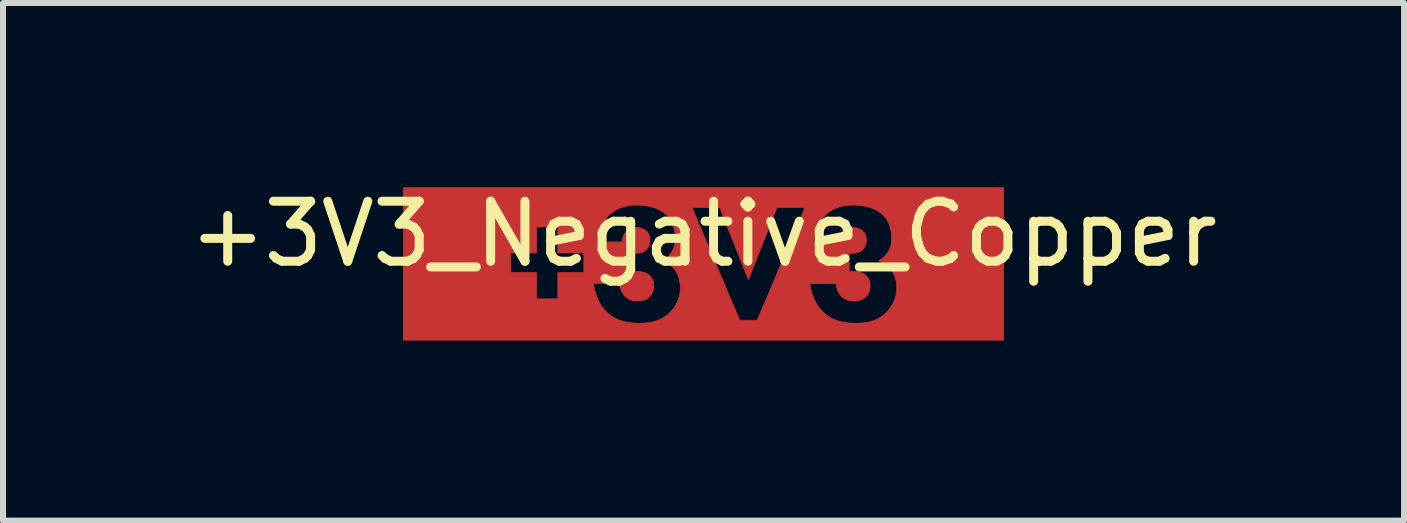
<source format=kicad_pcb>
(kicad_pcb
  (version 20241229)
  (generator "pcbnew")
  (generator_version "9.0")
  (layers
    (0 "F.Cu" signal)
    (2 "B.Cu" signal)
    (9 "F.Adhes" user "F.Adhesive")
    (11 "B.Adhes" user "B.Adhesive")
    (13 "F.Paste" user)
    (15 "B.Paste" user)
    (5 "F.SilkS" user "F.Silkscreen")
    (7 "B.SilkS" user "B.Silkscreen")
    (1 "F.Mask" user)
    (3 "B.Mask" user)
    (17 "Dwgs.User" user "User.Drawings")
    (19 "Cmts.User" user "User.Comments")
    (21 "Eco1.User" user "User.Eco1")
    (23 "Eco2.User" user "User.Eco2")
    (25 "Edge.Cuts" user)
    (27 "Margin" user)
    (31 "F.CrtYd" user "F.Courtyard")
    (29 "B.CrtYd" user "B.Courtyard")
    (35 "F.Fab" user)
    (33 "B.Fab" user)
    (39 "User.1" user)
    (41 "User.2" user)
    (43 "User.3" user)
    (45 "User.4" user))
  (footprint "+3V3_Negative_Copper"
    (layer "F.Cu")
    (at 8.673 1.348)
    (property "Reference" "+3V3_Negative_Copper" (at 0 -0.5 0) (unlocked yes) (layer "F.SilkS") (effects (font (size 1 1) (thickness 0.15))))
    (fp_poly (pts (xy 5.001 1.27) (xy -5 1.27) (xy -5 -0.183) (xy -3.218 -0.183) (xy -3.218 -0.183) (xy -3.218 0.145) (xy -2.785 0.145) (xy -2.785 0.582) (xy -2.428 0.582) (xy -2.428 0.328) (xy -1.832 0.328) (xy -1.828 0.364) (xy -1.822 0.398) (xy -1.815 0.432) (xy -1.807 0.466) (xy -1.797 0.498) (xy -1.786 0.53) (xy -1.774 0.561) (xy -1.761 0.591) (xy -1.747 0.62) (xy -1.732 0.649) (xy -1.716 0.676) (xy -1.699 0.702) (xy -1.681 0.726) (xy -1.663 0.75) (xy -1.644 0.773) (xy -1.624 0.794) (xy -1.592 0.823) (xy -1.56 0.85) (xy -1.527 0.873) (xy -1.494 0.894) (xy -1.46 0.912) (xy -1.425 0.928) (xy -1.39 0.942) (xy -1.355 0.953) (xy -1.32 0.962) (xy -1.285 0.97) (xy -1.249 0.976) (xy -1.214 0.981) (xy -1.178 0.984) (xy -1.143 0.986) (xy -1.108 0.987) (xy -1.074 0.988) (xy -1.015 0.987) (xy -0.985 0.985) (xy -0.955 0.983) (xy -0.924 0.98) (xy -0.892 0.975) (xy -0.861 0.97) (xy -0.829 0.962) (xy -0.797 0.953) (xy -0.765 0.942) (xy -0.733 0.929) (xy -0.701 0.913) (xy -0.669 0.895) (xy -0.638 0.875) (xy -0.607 0.852) (xy -0.576 0.826) (xy -0.552 0.802) (xy -0.529 0.777) (xy -0.509 0.752) (xy -0.49 0.727) (xy -0.473 0.7) (xy -0.457 0.673) (xy -0.443 0.646) (xy -0.431 0.618) (xy -0.42 0.59) (xy -0.411 0.562) (xy -0.403 0.534) (xy -0.397 0.506) (xy -0.392 0.478) (xy -0.388 0.45) (xy -0.386 0.422) (xy -0.386 0.395) (xy -0.386 0.376) (xy -0.387 0.356) (xy -0.389 0.336) (xy -0.392 0.317) (xy -0.395 0.297) (xy -0.399 0.277) (xy -0.403 0.257) (xy -0.409 0.238) (xy -0.415 0.218) (xy -0.421 0.2) (xy -0.428 0.181) (xy -0.436 0.163) (xy -0.445 0.146) (xy -0.454 0.13) (xy -0.464 0.114) (xy -0.474 0.099) (xy -0.484 0.086) (xy -0.495 0.073) (xy -0.507 0.061) (xy -0.519 0.049) (xy -0.532 0.038) (xy -0.545 0.027) (xy -0.558 0.017) (xy -0.572 0.007) (xy -0.586 -0.002) (xy -0.601 -0.011) (xy -0.615 -0.019) (xy -0.63 -0.027) (xy -0.645 -0.034) (xy -0.66 -0.041) (xy -0.674 -0.047) (xy -0.689 -0.053) (xy -0.679 -0.058) (xy -0.669 -0.064) (xy -0.66 -0.07) (xy -0.65 -0.076) (xy -0.641 -0.082) (xy -0.631 -0.088) (xy -0.622 -0.095) (xy -0.613 -0.102) (xy -0.604 -0.11) (xy -0.596 -0.118) (xy -0.587 -0.126) (xy -0.579 -0.134) (xy -0.571 -0.143) (xy -0.563 -0.153) (xy -0.555 -0.163) (xy -0.548 -0.173) (xy -0.537 -0.188) (xy -0.527 -0.203) (xy -0.519 -0.219) (xy -0.511 -0.234) (xy -0.503 -0.25) (xy -0.497 -0.266) (xy -0.491 -0.282) (xy -0.487 -0.298) (xy -0.483 -0.314) (xy -0.479 -0.33) (xy -0.476 -0.346) (xy -0.474 -0.363) (xy -0.472 -0.38) (xy -0.471 -0.396) (xy -0.471 -0.413) (xy -0.47 -0.43) (xy -0.471 -0.464) (xy -0.473 -0.496) (xy -0.477 -0.527) (xy -0.482 -0.557) (xy -0.488 -0.585) (xy -0.496 -0.612) (xy -0.504 -0.638) (xy -0.514 -0.662) (xy -0.524 -0.686) (xy -0.535 -0.708) (xy -0.547 -0.728) (xy -0.56 -0.748) (xy -0.573 -0.766) (xy -0.586 -0.784) (xy -0.601 -0.8) (xy -0.615 -0.815) (xy -0.634 -0.832) (xy -0.654 -0.849) (xy -0.676 -0.866) (xy -0.7 -0.881) (xy -0.725 -0.896) (xy -0.752 -0.909) (xy -0.78 -0.922) (xy -0.81 -0.934) (xy -0.836 -0.942) (xy -0.195 -0.942) (xy 0.602 0.938) (xy 0.895 0.938) (xy 1.154 0.328) (xy 1.773 0.328) (xy 1.777 0.364) (xy 1.783 0.398) (xy 1.79 0.432) (xy 1.798 0.466) (xy 1.808 0.498) (xy 1.819 0.53) (xy 1.831 0.561) (xy 1.844 0.591) (xy 1.859 0.62) (xy 1.874 0.649) (xy 1.89 0.676) (xy 1.907 0.702) (xy 1.924 0.726) (xy 1.943 0.75) (xy 1.962 0.773) (xy 1.981 0.794) (xy 2.013 0.823) (xy 2.045 0.85) (xy 2.078 0.873) (xy 2.112 0.894) (xy 2.146 0.912) (xy 2.18 0.928) (xy 2.215 0.942) (xy 2.25 0.953) (xy 2.285 0.962) (xy 2.321 0.97) (xy 2.356 0.976) (xy 2.392 0.981) (xy 2.427 0.984) (xy 2.462 0.986) (xy 2.497 0.987) (xy 2.532 0.988) (xy 2.59 0.987) (xy 2.62 0.985) (xy 2.651 0.983) (xy 2.682 0.98) (xy 2.713 0.975) (xy 2.745 0.97) (xy 2.777 0.962) (xy 2.809 0.953) (xy 2.841 0.942) (xy 2.872 0.929) (xy 2.904 0.913) (xy 2.936 0.895) (xy 2.967 0.875) (xy 2.999 0.852) (xy 3.029 0.826) (xy 3.053 0.802) (xy 3.076 0.777) (xy 3.097 0.752) (xy 3.116 0.727) (xy 3.133 0.7) (xy 3.148 0.673) (xy 3.162 0.646) (xy 3.175 0.618) (xy 3.186 0.59) (xy 3.195 0.562) (xy 3.203 0.534) (xy 3.209 0.506) (xy 3.214 0.478) (xy 3.217 0.45) (xy 3.219 0.422) (xy 3.22 0.395) (xy 3.219 0.376) (xy 3.218 0.356) (xy 3.216 0.336) (xy 3.214 0.317) (xy 3.211 0.297) (xy 3.207 0.277) (xy 3.202 0.257) (xy 3.197 0.238) (xy 3.191 0.218) (xy 3.184 0.2) (xy 3.177 0.181) (xy 3.169 0.163) (xy 3.161 0.146) (xy 3.152 0.13) (xy 3.142 0.114) (xy 3.132 0.099) (xy 3.121 0.086) (xy 3.11 0.073) (xy 3.099 0.061) (xy 3.086 0.049) (xy 3.074 0.038) (xy 3.061 0.027) (xy 3.047 0.017) (xy 3.033 0.007) (xy 3.019 -0.002) (xy 3.005 -0.011) (xy 2.99 -0.019) (xy 2.975 -0.027) (xy 2.96 -0.034) (xy 2.946 -0.041) (xy 2.931 -0.047) (xy 2.916 -0.053) (xy 2.926 -0.058) (xy 2.936 -0.064) (xy 2.946 -0.07) (xy 2.955 -0.076) (xy 2.965 -0.082) (xy 2.974 -0.088) (xy 2.983 -0.095) (xy 2.992 -0.102) (xy 3.001 -0.11) (xy 3.01 -0.118) (xy 3.018 -0.126) (xy 3.026 -0.134) (xy 3.035 -0.143) (xy 3.042 -0.153) (xy 3.05 -0.163) (xy 3.057 -0.173) (xy 3.068 -0.188) (xy 3.078 -0.203) (xy 3.087 -0.219) (xy 3.095 -0.234) (xy 3.102 -0.25) (xy 3.108 -0.266) (xy 3.114 -0.282) (xy 3.119 -0.298) (xy 3.123 -0.314) (xy 3.126 -0.33) (xy 3.129 -0.346) (xy 3.131 -0.363) (xy 3.133 -0.38) (xy 3.134 -0.396) (xy 3.135 -0.413) (xy 3.135 -0.43) (xy 3.134 -0.464) (xy 3.132 -0.496) (xy 3.128 -0.527) (xy 3.123 -0.557) (xy 3.117 -0.585) (xy 3.11 -0.612) (xy 3.101 -0.638) (xy 3.092 -0.662) (xy 3.081 -0.686) (xy 3.07 -0.708) (xy 3.058 -0.728) (xy 3.046 -0.748) (xy 3.033 -0.766) (xy 3.019 -0.784) (xy 3.005 -0.8) (xy 2.99 -0.815) (xy 2.972 -0.832) (xy 2.951 -0.849) (xy 2.929 -0.866) (xy 2.906 -0.881) (xy 2.881 -0.896) (xy 2.854 -0.909) (xy 2.825 -0.922) (xy 2.795 -0.934) (xy 2.763 -0.944) (xy 2.73 -0.953) (xy 2.695 -0.961) (xy 2.659 -0.968) (xy 2.62 -0.974) (xy 2.581 -0.978) (xy 2.539 -0.98) (xy 2.497 -0.981) (xy 2.467 -0.98) (xy 2.437 -0.979) (xy 2.407 -0.977) (xy 2.376 -0.974) (xy 2.345 -0.969) (xy 2.314 -0.963) (xy 2.283 -0.956) (xy 2.252 -0.947) (xy 2.221 -0.936) (xy 2.19 -0.924) (xy 2.16 -0.909) (xy 2.131 -0.893) (xy 2.102 -0.874) (xy 2.074 -0.853) (xy 2.047 -0.83) (xy 2.02 -0.804) (xy 2.002 -0.784) (xy 1.985 -0.763) (xy 1.968 -0.741) (xy 1.952 -0.717) (xy 1.937 -0.692) (xy 1.922 -0.666) (xy 1.909 -0.64) (xy 1.896 -0.612) (xy 1.885 -0.584) (xy 1.874 -0.555) (xy 1.865 -0.526) (xy 1.856 -0.497) (xy 1.849 -0.467) (xy 1.842 -0.437) (xy 1.837 -0.407) (xy 1.833 -0.377) (xy 1.833 -0.367) (xy 2.25 -0.367) (xy 2.25 -0.378) (xy 2.252 -0.39) (xy 2.254 -0.402) (xy 2.256 -0.414) (xy 2.259 -0.426) (xy 2.262 -0.438) (xy 2.266 -0.45) (xy 2.27 -0.462) (xy 2.274 -0.473) (xy 2.279 -0.485) (xy 2.285 -0.496) (xy 2.29 -0.506) (xy 2.296 -0.516) (xy 2.303 -0.526) (xy 2.31 -0.535) (xy 2.317 -0.543) (xy 2.324 -0.55) (xy 2.331 -0.557) (xy 2.339 -0.564) (xy 2.348 -0.57) (xy 2.357 -0.575) (xy 2.367 -0.58) (xy 2.377 -0.585) (xy 2.388 -0.59) (xy 2.399 -0.593) (xy 2.411 -0.597) (xy 2.423 -0.6) (xy 2.435 -0.602) (xy 2.447 -0.604) (xy 2.46 -0.606) (xy 2.473 -0.606) (xy 2.486 -0.607) (xy 2.499 -0.606) (xy 2.512 -0.606) (xy 2.524 -0.604) (xy 2.536 -0.602) (xy 2.548 -0.6) (xy 2.559 -0.597) (xy 2.57 -0.594) (xy 2.58 -0.59) (xy 2.59 -0.586) (xy 2.6 -0.582) (xy 2.609 -0.577) (xy 2.618 -0.573) (xy 2.626 -0.567) (xy 2.634 -0.562) (xy 2.641 -0.556) (xy 2.648 -0.55) (xy 2.655 -0.544) (xy 2.662 -0.537) (xy 2.668 -0.53) (xy 2.675 -0.522) (xy 2.68 -0.514) (xy 2.685 -0.505) (xy 2.69 -0.496) (xy 2.695 -0.486) (xy 2.698 -0.476) (xy 2.702 -0.466) (xy 2.705 -0.456) (xy 2.707 -0.445) (xy 2.709 -0.433) (xy 2.711 -0.422) (xy 2.711 -0.41) (xy 2.712 -0.399) (xy 2.712 -0.391) (xy 2.711 -0.384) (xy 2.71 -0.371) (xy 2.709 -0.357) (xy 2.706 -0.344) (xy 2.703 -0.332) (xy 2.7 -0.32) (xy 2.696 -0.309) (xy 2.691 -0.298) (xy 2.686 -0.288) (xy 2.681 -0.278) (xy 2.675 -0.269) (xy 2.669 -0.26) (xy 2.662 -0.251) (xy 2.655 -0.244) (xy 2.648 -0.236) (xy 2.641 -0.229) (xy 2.635 -0.224) (xy 2.629 -0.22) (xy 2.622 -0.216) (xy 2.616 -0.212) (xy 2.609 -0.208) (xy 2.602 -0.205) (xy 2.588 -0.199) (xy 2.574 -0.194) (xy 2.559 -0.189) (xy 2.545 -0.186) (xy 2.531 -0.183) (xy 2.518 -0.181) (xy 2.505 -0.179) (xy 2.493 -0.178) (xy 2.482 -0.177) (xy 2.463 -0.176) (xy 2.451 -0.176) (xy 2.426 -0.176) (xy 2.426 0.123) (xy 2.461 0.123) (xy 2.488 0.124) (xy 2.516 0.125) (xy 2.531 0.127) (xy 2.547 0.128) (xy 2.562 0.131) (xy 2.578 0.134) (xy 2.593 0.137) (xy 2.609 0.141) (xy 2.624 0.146) (xy 2.639 0.152) (xy 2.653 0.158) (xy 2.668 0.166) (xy 2.681 0.174) (xy 2.694 0.183) (xy 2.703 0.19) (xy 2.711 0.198) (xy 2.719 0.207) (xy 2.726 0.216) (xy 2.733 0.226) (xy 2.74 0.236) (xy 2.746 0.247) (xy 2.752 0.259) (xy 2.757 0.271) (xy 2.762 0.283) (xy 2.766 0.296) (xy 2.769 0.309) (xy 2.772 0.322) (xy 2.774 0.336) (xy 2.775 0.35) (xy 2.775 0.363) (xy 2.775 0.377) (xy 2.774 0.391) (xy 2.772 0.405) (xy 2.77 0.418) (xy 2.766 0.432) (xy 2.763 0.445) (xy 2.758 0.458) (xy 2.754 0.471) (xy 2.748 0.483) (xy 2.742 0.495) (xy 2.736 0.506) (xy 2.729 0.517) (xy 2.722 0.527) (xy 2.714 0.537) (xy 2.706 0.546) (xy 2.698 0.554) (xy 2.689 0.562) (xy 2.679 0.569) (xy 2.669 0.575) (xy 2.659 0.582) (xy 2.648 0.587) (xy 2.637 0.593) (xy 2.625 0.597) (xy 2.613 0.601) (xy 2.601 0.605) (xy 2.588 0.608) (xy 2.575 0.611) (xy 2.562 0.613) (xy 2.548 0.615) (xy 2.535 0.616) (xy 2.521 0.617) (xy 2.507 0.617) (xy 2.491 0.617) (xy 2.475 0.616) (xy 2.459 0.614) (xy 2.444 0.612) (xy 2.429 0.609) (xy 2.415 0.605) (xy 2.401 0.601) (xy 2.387 0.596) (xy 2.374 0.59) (xy 2.362 0.584) (xy 2.35 0.578) (xy 2.338 0.571) (xy 2.328 0.564) (xy 2.317 0.556) (xy 2.308 0.548) (xy 2.299 0.54) (xy 2.289 0.53) (xy 2.28 0.52) (xy 2.271 0.508) (xy 2.263 0.496) (xy 2.256 0.484) (xy 2.249 0.471) (xy 2.242 0.457) (xy 2.236 0.443) (xy 2.23 0.429) (xy 2.225 0.415) (xy 2.221 0.4) (xy 2.217 0.385) (xy 2.214 0.371) (xy 2.211 0.356) (xy 2.209 0.342) (xy 2.207 0.328) (xy 1.773 0.328) (xy 1.154 0.328) (xy 1.692 -0.942) (xy 1.223 -0.942) (xy 0.747 0.261) (xy 0.27 -0.942) (xy -0.195 -0.942) (xy -0.836 -0.942) (xy -0.842 -0.944) (xy -0.875 -0.953) (xy -0.91 -0.961) (xy -0.947 -0.968) (xy -0.985 -0.974) (xy -1.025 -0.978) (xy -1.066 -0.98) (xy -1.109 -0.981) (xy -1.138 -0.98) (xy -1.168 -0.979) (xy -1.199 -0.977) (xy -1.229 -0.974) (xy -1.26 -0.969) (xy -1.291 -0.963) (xy -1.323 -0.956) (xy -1.354 -0.947) (xy -1.384 -0.936) (xy -1.415 -0.924) (xy -1.445 -0.909) (xy -1.474 -0.893) (xy -1.503 -0.874) (xy -1.532 -0.853) (xy -1.559 -0.83) (xy -1.585 -0.804) (xy -1.603 -0.784) (xy -1.621 -0.763) (xy -1.638 -0.741) (xy -1.654 -0.717) (xy -1.669 -0.692) (xy -1.683 -0.666) (xy -1.696 -0.64) (xy -1.709 -0.612) (xy -1.721 -0.584) (xy -1.731 -0.555) (xy -1.741 -0.526) (xy -1.749 -0.497) (xy -1.757 -0.467) (xy -1.763 -0.437) (xy -1.768 -0.407) (xy -1.772 -0.377) (xy -1.772 -0.367) (xy -1.356 -0.367) (xy -1.355 -0.378) (xy -1.354 -0.39) (xy -1.352 -0.402) (xy -1.349 -0.414) (xy -1.347 -0.426) (xy -1.343 -0.438) (xy -1.34 -0.45) (xy -1.336 -0.462) (xy -1.331 -0.473) (xy -1.326 -0.485) (xy -1.321 -0.496) (xy -1.315 -0.506) (xy -1.309 -0.516) (xy -1.303 -0.526) (xy -1.296 -0.535) (xy -1.289 -0.543) (xy -1.282 -0.55) (xy -1.274 -0.557) (xy -1.266 -0.564) (xy -1.257 -0.57) (xy -1.248 -0.575) (xy -1.238 -0.58) (xy -1.228 -0.585) (xy -1.217 -0.59) (xy -1.206 -0.593) (xy -1.195 -0.597) (xy -1.183 -0.6) (xy -1.171 -0.602) (xy -1.158 -0.604) (xy -1.146 -0.606) (xy -1.133 -0.606) (xy -1.119 -0.607) (xy -1.106 -0.606) (xy -1.094 -0.606) (xy -1.081 -0.604) (xy -1.069 -0.602) (xy -1.058 -0.6) (xy -1.046 -0.597) (xy -1.036 -0.594) (xy -1.025 -0.59) (xy -1.015 -0.586) (xy -1.005 -0.582) (xy -0.996 -0.577) (xy -0.987 -0.573) (xy -0.979 -0.567) (xy -0.971 -0.562) (xy -0.964 -0.556) (xy -0.957 -0.55) (xy -0.95 -0.544) (xy -0.943 -0.537) (xy -0.937 -0.53) (xy -0.931 -0.522) (xy -0.925 -0.514) (xy -0.92 -0.505) (xy -0.915 -0.496) (xy -0.911 -0.486) (xy -0.907 -0.476) (xy -0.904 -0.466) (xy -0.901 -0.456) (xy -0.898 -0.445) (xy -0.896 -0.433) (xy -0.895 -0.422) (xy -0.894 -0.41) (xy -0.894 -0.399) (xy -0.894 -0.391) (xy -0.894 -0.384) (xy -0.895 -0.371) (xy -0.897 -0.357) (xy -0.899 -0.344) (xy -0.902 -0.332) (xy -0.906 -0.32) (xy -0.91 -0.309) (xy -0.914 -0.298) (xy -0.919 -0.288) (xy -0.925 -0.278) (xy -0.931 -0.269) (xy -0.937 -0.26) (xy -0.943 -0.251) (xy -0.95 -0.244) (xy -0.957 -0.236) (xy -0.964 -0.229) (xy -0.97 -0.224) (xy -0.977 -0.22) (xy -0.983 -0.216) (xy -0.99 -0.212) (xy -0.996 -0.208) (xy -1.003 -0.205) (xy -1.017 -0.199) (xy -1.032 -0.194) (xy -1.046 -0.189) (xy -1.06 -0.186) (xy -1.074 -0.183) (xy -1.087 -0.181) (xy -1.1 -0.179) (xy -1.112 -0.178) (xy -1.123 -0.177) (xy -1.142 -0.176) (xy -1.155 -0.176) (xy -1.179 -0.176) (xy -1.179 0.123) (xy -1.144 0.123) (xy -1.118 0.124) (xy -1.089 0.125) (xy -1.074 0.127) (xy -1.059 0.128) (xy -1.043 0.131) (xy -1.028 0.134) (xy -1.012 0.137) (xy -0.997 0.141) (xy -0.982 0.146) (xy -0.967 0.152) (xy -0.952 0.158) (xy -0.938 0.166) (xy -0.924 0.174) (xy -0.911 0.183) (xy -0.903 0.19) (xy -0.895 0.198) (xy -0.887 0.207) (xy -0.879 0.216) (xy -0.872 0.226) (xy -0.865 0.236) (xy -0.859 0.247) (xy -0.854 0.259) (xy -0.848 0.271) (xy -0.844 0.283) (xy -0.84 0.296) (xy -0.836 0.309) (xy -0.834 0.322) (xy -0.832 0.336) (xy -0.831 0.35) (xy -0.83 0.363) (xy -0.831 0.377) (xy -0.832 0.391) (xy -0.833 0.405) (xy -0.836 0.418) (xy -0.839 0.432) (xy -0.843 0.445) (xy -0.847 0.458) (xy -0.852 0.471) (xy -0.857 0.483) (xy -0.863 0.495) (xy -0.869 0.506) (xy -0.876 0.517) (xy -0.884 0.527) (xy -0.891 0.537) (xy -0.899 0.546) (xy -0.908 0.554) (xy -0.917 0.562) (xy -0.926 0.569) (xy -0.936 0.575) (xy -0.946 0.582) (xy -0.957 0.587) (xy -0.969 0.593) (xy -0.98 0.597) (xy -0.992 0.601) (xy -1.005 0.605) (xy -1.018 0.608) (xy -1.031 0.611) (xy -1.044 0.613) (xy -1.057 0.615) (xy -1.071 0.616) (xy -1.084 0.617) (xy -1.098 0.617) (xy -1.115 0.617) (xy -1.131 0.616) (xy -1.146 0.614) (xy -1.162 0.612) (xy -1.176 0.609) (xy -1.191 0.605) (xy -1.205 0.601) (xy -1.218 0.596) (xy -1.231 0.59) (xy -1.244 0.584) (xy -1.256 0.578) (xy -1.267 0.571) (xy -1.278 0.564) (xy -1.288 0.556) (xy -1.297 0.548) (xy -1.306 0.54) (xy -1.316 0.53) (xy -1.325 0.52) (xy -1.334 0.508) (xy -1.342 0.496) (xy -1.35 0.484) (xy -1.357 0.471) (xy -1.363 0.457) (xy -1.369 0.443) (xy -1.375 0.429) (xy -1.38 0.415) (xy -1.384 0.4) (xy -1.388 0.385) (xy -1.392 0.371) (xy -1.394 0.356) (xy -1.397 0.342) (xy -1.398 0.328) (xy -1.832 0.328) (xy -2.428 0.328) (xy -2.428 0.145) (xy -1.994 0.145) (xy -1.994 -0.183) (xy -2.428 -0.183) (xy -2.428 -0.617) (xy -2.785 -0.617) (xy -2.785 -0.183) (xy -3.218 -0.183) (xy -5 -0.183) (xy -5 -1.27) (xy 5.001 -1.27)) (stroke (width 0.013) (type solid)) (fill yes) (layer "F.Cu")))
  (gr_rect
    (start -3 -3)
    (end 20.345 5.625)
    (stroke (width 0.1) (type default))
    (fill no)
    (layer "Edge.Cuts")))
</source>
